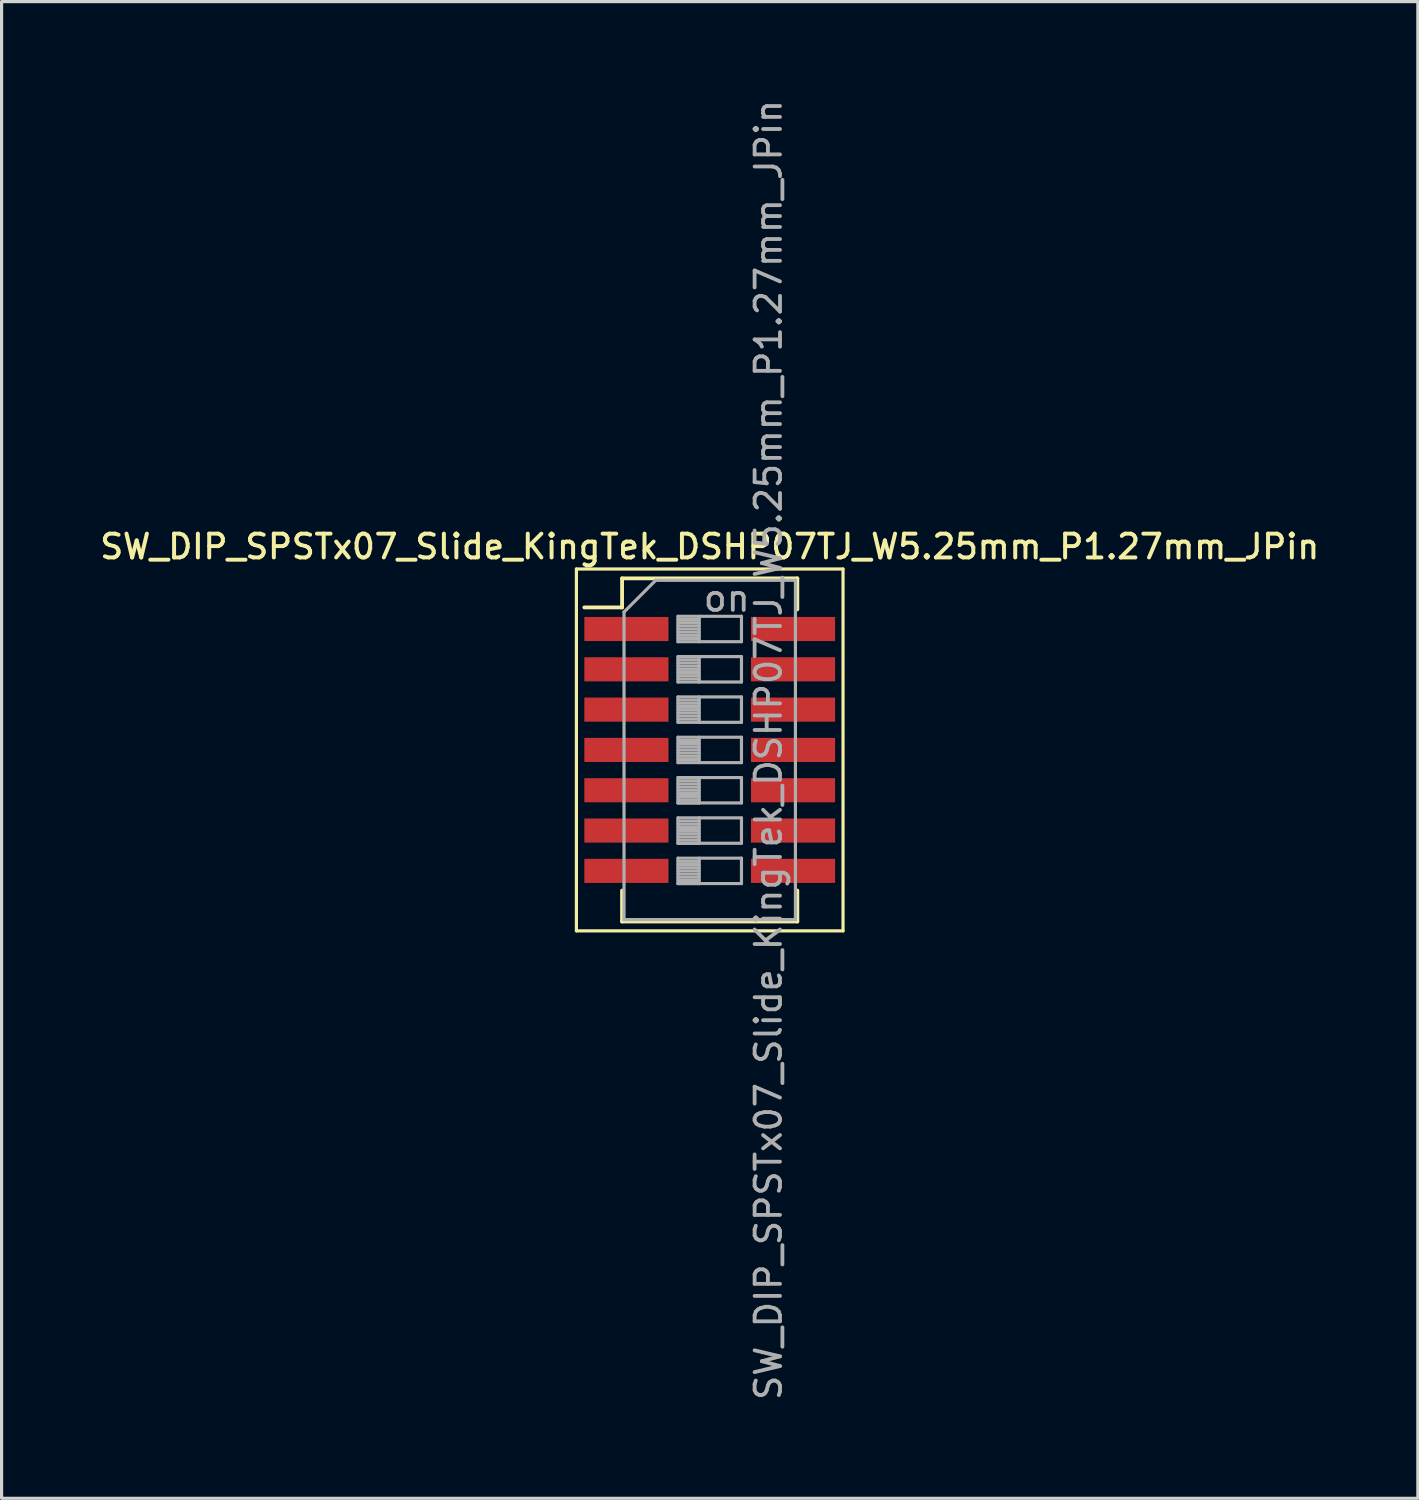
<source format=kicad_pcb>
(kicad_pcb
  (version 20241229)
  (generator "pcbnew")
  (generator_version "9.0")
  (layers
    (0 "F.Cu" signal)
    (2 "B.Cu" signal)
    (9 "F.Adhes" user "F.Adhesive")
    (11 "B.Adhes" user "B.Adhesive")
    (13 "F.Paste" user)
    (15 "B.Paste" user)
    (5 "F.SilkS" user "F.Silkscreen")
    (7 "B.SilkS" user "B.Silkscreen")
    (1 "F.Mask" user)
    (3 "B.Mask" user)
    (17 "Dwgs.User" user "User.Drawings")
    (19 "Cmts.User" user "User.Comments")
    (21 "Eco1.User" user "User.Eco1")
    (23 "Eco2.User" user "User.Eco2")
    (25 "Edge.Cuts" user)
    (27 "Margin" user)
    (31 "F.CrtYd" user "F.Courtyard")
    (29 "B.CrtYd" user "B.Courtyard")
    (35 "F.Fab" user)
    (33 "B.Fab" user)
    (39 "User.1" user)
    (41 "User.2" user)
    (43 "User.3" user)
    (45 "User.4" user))
  (footprint "SW_DIP_SPSTx07_Slide_KingTek_DSHP07TJ_W5.25mm_P1.27mm_JPin"
    (layer "F.Cu")
    (at 19.309 20.576)
    (property "Reference" "SW_DIP_SPSTx07_Slide_KingTek_DSHP07TJ_W5.25mm_P1.27mm_JPin" (at 0 -6.405 0) (layer "F.SilkS") (effects (font (size 0.75 0.75) (thickness 0.125))))
    (attr smd)
    (fp_line (start -4.2 -5.7) (end -4.2 5.7) (stroke (width 0.1) (type solid)) (layer "F.SilkS"))
    (fp_line (start -4.2 5.7) (end 4.2 5.7) (stroke (width 0.1) (type solid)) (layer "F.SilkS"))
    (fp_line (start -3.951 -4.49) (end -2.761 -4.49) (stroke (width 0.12) (type solid)) (layer "F.SilkS"))
    (fp_line (start -2.761 -5.405) (end -2.761 -4.49) (stroke (width 0.12) (type solid)) (layer "F.SilkS"))
    (fp_line (start -2.761 -5.405) (end 2.76 -5.405) (stroke (width 0.12) (type solid)) (layer "F.SilkS"))
    (fp_line (start -2.761 4.43) (end -2.761 5.405) (stroke (width 0.12) (type solid)) (layer "F.SilkS"))
    (fp_line (start -2.761 5.405) (end 2.76 5.405) (stroke (width 0.12) (type solid)) (layer "F.SilkS"))
    (fp_line (start 2.76 -5.405) (end 2.76 -4.43) (stroke (width 0.12) (type solid)) (layer "F.SilkS"))
    (fp_line (start 2.76 4.43) (end 2.76 5.405) (stroke (width 0.12) (type solid)) (layer "F.SilkS"))
    (fp_line (start 4.2 -5.7) (end -4.2 -5.7) (stroke (width 0.1) (type solid)) (layer "F.SilkS"))
    (fp_line (start 4.2 5.7) (end 4.2 -5.7) (stroke (width 0.1) (type solid)) (layer "F.SilkS"))
    (fp_line (start -2.7 -4.345) (end -1.7 -5.345) (stroke (width 0.1) (type solid)) (layer "F.Fab"))
    (fp_line (start -2.7 5.345) (end -2.7 -4.345) (stroke (width 0.1) (type solid)) (layer "F.Fab"))
    (fp_line (start -1.7 -5.345) (end 2.7 -5.345) (stroke (width 0.1) (type solid)) (layer "F.Fab"))
    (fp_line (start -1 -4.21) (end -1 -3.41) (stroke (width 0.1) (type solid)) (layer "F.Fab"))
    (fp_line (start -1 -4.11) (end -0.333 -4.11) (stroke (width 0.1) (type solid)) (layer "F.Fab"))
    (fp_line (start -1 -4.01) (end -0.333 -4.01) (stroke (width 0.1) (type solid)) (layer "F.Fab"))
    (fp_line (start -1 -3.91) (end -0.333 -3.91) (stroke (width 0.1) (type solid)) (layer "F.Fab"))
    (fp_line (start -1 -3.81) (end -0.333 -3.81) (stroke (width 0.1) (type solid)) (layer "F.Fab"))
    (fp_line (start -1 -3.71) (end -0.333 -3.71) (stroke (width 0.1) (type solid)) (layer "F.Fab"))
    (fp_line (start -1 -3.61) (end -0.333 -3.61) (stroke (width 0.1) (type solid)) (layer "F.Fab"))
    (fp_line (start -1 -3.51) (end -0.333 -3.51) (stroke (width 0.1) (type solid)) (layer "F.Fab"))
    (fp_line (start -1 -3.41) (end 1 -3.41) (stroke (width 0.1) (type solid)) (layer "F.Fab"))
    (fp_line (start -1 -2.94) (end -1 -2.14) (stroke (width 0.1) (type solid)) (layer "F.Fab"))
    (fp_line (start -1 -2.84) (end -0.333 -2.84) (stroke (width 0.1) (type solid)) (layer "F.Fab"))
    (fp_line (start -1 -2.74) (end -0.333 -2.74) (stroke (width 0.1) (type solid)) (layer "F.Fab"))
    (fp_line (start -1 -2.64) (end -0.333 -2.64) (stroke (width 0.1) (type solid)) (layer "F.Fab"))
    (fp_line (start -1 -2.54) (end -0.333 -2.54) (stroke (width 0.1) (type solid)) (layer "F.Fab"))
    (fp_line (start -1 -2.44) (end -0.333 -2.44) (stroke (width 0.1) (type solid)) (layer "F.Fab"))
    (fp_line (start -1 -2.34) (end -0.333 -2.34) (stroke (width 0.1) (type solid)) (layer "F.Fab"))
    (fp_line (start -1 -2.24) (end -0.333 -2.24) (stroke (width 0.1) (type solid)) (layer "F.Fab"))
    (fp_line (start -1 -2.14) (end 1 -2.14) (stroke (width 0.1) (type solid)) (layer "F.Fab"))
    (fp_line (start -1 -1.67) (end -1 -0.87) (stroke (width 0.1) (type solid)) (layer "F.Fab"))
    (fp_line (start -1 -1.57) (end -0.333 -1.57) (stroke (width 0.1) (type solid)) (layer "F.Fab"))
    (fp_line (start -1 -1.47) (end -0.333 -1.47) (stroke (width 0.1) (type solid)) (layer "F.Fab"))
    (fp_line (start -1 -1.37) (end -0.333 -1.37) (stroke (width 0.1) (type solid)) (layer "F.Fab"))
    (fp_line (start -1 -1.27) (end -0.333 -1.27) (stroke (width 0.1) (type solid)) (layer "F.Fab"))
    (fp_line (start -1 -1.17) (end -0.333 -1.17) (stroke (width 0.1) (type solid)) (layer "F.Fab"))
    (fp_line (start -1 -1.07) (end -0.333 -1.07) (stroke (width 0.1) (type solid)) (layer "F.Fab"))
    (fp_line (start -1 -0.97) (end -0.333 -0.97) (stroke (width 0.1) (type solid)) (layer "F.Fab"))
    (fp_line (start -1 -0.87) (end 1 -0.87) (stroke (width 0.1) (type solid)) (layer "F.Fab"))
    (fp_line (start -1 -0.4) (end -1 0.4) (stroke (width 0.1) (type solid)) (layer "F.Fab"))
    (fp_line (start -1 -0.3) (end -0.333 -0.3) (stroke (width 0.1) (type solid)) (layer "F.Fab"))
    (fp_line (start -1 -0.2) (end -0.333 -0.2) (stroke (width 0.1) (type solid)) (layer "F.Fab"))
    (fp_line (start -1 -0.1) (end -0.333 -0.1) (stroke (width 0.1) (type solid)) (layer "F.Fab"))
    (fp_line (start -1 0) (end -0.333 0) (stroke (width 0.1) (type solid)) (layer "F.Fab"))
    (fp_line (start -1 0.1) (end -0.333 0.1) (stroke (width 0.1) (type solid)) (layer "F.Fab"))
    (fp_line (start -1 0.2) (end -0.333 0.2) (stroke (width 0.1) (type solid)) (layer "F.Fab"))
    (fp_line (start -1 0.3) (end -0.333 0.3) (stroke (width 0.1) (type solid)) (layer "F.Fab"))
    (fp_line (start -1 0.4) (end 1 0.4) (stroke (width 0.1) (type solid)) (layer "F.Fab"))
    (fp_line (start -1 0.87) (end -1 1.67) (stroke (width 0.1) (type solid)) (layer "F.Fab"))
    (fp_line (start -1 0.97) (end -0.333 0.97) (stroke (width 0.1) (type solid)) (layer "F.Fab"))
    (fp_line (start -1 1.07) (end -0.333 1.07) (stroke (width 0.1) (type solid)) (layer "F.Fab"))
    (fp_line (start -1 1.17) (end -0.333 1.17) (stroke (width 0.1) (type solid)) (layer "F.Fab"))
    (fp_line (start -1 1.27) (end -0.333 1.27) (stroke (width 0.1) (type solid)) (layer "F.Fab"))
    (fp_line (start -1 1.37) (end -0.333 1.37) (stroke (width 0.1) (type solid)) (layer "F.Fab"))
    (fp_line (start -1 1.47) (end -0.333 1.47) (stroke (width 0.1) (type solid)) (layer "F.Fab"))
    (fp_line (start -1 1.57) (end -0.333 1.57) (stroke (width 0.1) (type solid)) (layer "F.Fab"))
    (fp_line (start -1 1.67) (end -0.333 1.67) (stroke (width 0.1) (type solid)) (layer "F.Fab"))
    (fp_line (start -1 1.67) (end 1 1.67) (stroke (width 0.1) (type solid)) (layer "F.Fab"))
    (fp_line (start -1 2.14) (end -1 2.94) (stroke (width 0.1) (type solid)) (layer "F.Fab"))
    (fp_line (start -1 2.24) (end -0.333 2.24) (stroke (width 0.1) (type solid)) (layer "F.Fab"))
    (fp_line (start -1 2.34) (end -0.333 2.34) (stroke (width 0.1) (type solid)) (layer "F.Fab"))
    (fp_line (start -1 2.44) (end -0.333 2.44) (stroke (width 0.1) (type solid)) (layer "F.Fab"))
    (fp_line (start -1 2.54) (end -0.333 2.54) (stroke (width 0.1) (type solid)) (layer "F.Fab"))
    (fp_line (start -1 2.64) (end -0.333 2.64) (stroke (width 0.1) (type solid)) (layer "F.Fab"))
    (fp_line (start -1 2.74) (end -0.333 2.74) (stroke (width 0.1) (type solid)) (layer "F.Fab"))
    (fp_line (start -1 2.84) (end -0.333 2.84) (stroke (width 0.1) (type solid)) (layer "F.Fab"))
    (fp_line (start -1 2.94) (end -0.333 2.94) (stroke (width 0.1) (type solid)) (layer "F.Fab"))
    (fp_line (start -1 2.94) (end 1 2.94) (stroke (width 0.1) (type solid)) (layer "F.Fab"))
    (fp_line (start -1 3.41) (end -1 4.21) (stroke (width 0.1) (type solid)) (layer "F.Fab"))
    (fp_line (start -1 3.51) (end -0.333 3.51) (stroke (width 0.1) (type solid)) (layer "F.Fab"))
    (fp_line (start -1 3.61) (end -0.333 3.61) (stroke (width 0.1) (type solid)) (layer "F.Fab"))
    (fp_line (start -1 3.71) (end -0.333 3.71) (stroke (width 0.1) (type solid)) (layer "F.Fab"))
    (fp_line (start -1 3.81) (end -0.333 3.81) (stroke (width 0.1) (type solid)) (layer "F.Fab"))
    (fp_line (start -1 3.91) (end -0.333 3.91) (stroke (width 0.1) (type solid)) (layer "F.Fab"))
    (fp_line (start -1 4.01) (end -0.333 4.01) (stroke (width 0.1) (type solid)) (layer "F.Fab"))
    (fp_line (start -1 4.11) (end -0.333 4.11) (stroke (width 0.1) (type solid)) (layer "F.Fab"))
    (fp_line (start -1 4.21) (end -0.333 4.21) (stroke (width 0.1) (type solid)) (layer "F.Fab"))
    (fp_line (start -1 4.21) (end 1 4.21) (stroke (width 0.1) (type solid)) (layer "F.Fab"))
    (fp_line (start -0.333 -4.21) (end -0.333 -3.41) (stroke (width 0.1) (type solid)) (layer "F.Fab"))
    (fp_line (start -0.333 -2.94) (end -0.333 -2.14) (stroke (width 0.1) (type solid)) (layer "F.Fab"))
    (fp_line (start -0.333 -1.67) (end -0.333 -0.87) (stroke (width 0.1) (type solid)) (layer "F.Fab"))
    (fp_line (start -0.333 -0.4) (end -0.333 0.4) (stroke (width 0.1) (type solid)) (layer "F.Fab"))
    (fp_line (start -0.333 0.87) (end -0.333 1.67) (stroke (width 0.1) (type solid)) (layer "F.Fab"))
    (fp_line (start -0.333 2.14) (end -0.333 2.94) (stroke (width 0.1) (type solid)) (layer "F.Fab"))
    (fp_line (start -0.333 3.41) (end -0.333 4.21) (stroke (width 0.1) (type solid)) (layer "F.Fab"))
    (fp_line (start 1 -4.21) (end -1 -4.21) (stroke (width 0.1) (type solid)) (layer "F.Fab"))
    (fp_line (start 1 -3.41) (end 1 -4.21) (stroke (width 0.1) (type solid)) (layer "F.Fab"))
    (fp_line (start 1 -2.94) (end -1 -2.94) (stroke (width 0.1) (type solid)) (layer "F.Fab"))
    (fp_line (start 1 -2.14) (end 1 -2.94) (stroke (width 0.1) (type solid)) (layer "F.Fab"))
    (fp_line (start 1 -1.67) (end -1 -1.67) (stroke (width 0.1) (type solid)) (layer "F.Fab"))
    (fp_line (start 1 -0.87) (end 1 -1.67) (stroke (width 0.1) (type solid)) (layer "F.Fab"))
    (fp_line (start 1 -0.4) (end -1 -0.4) (stroke (width 0.1) (type solid)) (layer "F.Fab"))
    (fp_line (start 1 0.4) (end 1 -0.4) (stroke (width 0.1) (type solid)) (layer "F.Fab"))
    (fp_line (start 1 0.87) (end -1 0.87) (stroke (width 0.1) (type solid)) (layer "F.Fab"))
    (fp_line (start 1 1.67) (end 1 0.87) (stroke (width 0.1) (type solid)) (layer "F.Fab"))
    (fp_line (start 1 2.14) (end -1 2.14) (stroke (width 0.1) (type solid)) (layer "F.Fab"))
    (fp_line (start 1 2.94) (end 1 2.14) (stroke (width 0.1) (type solid)) (layer "F.Fab"))
    (fp_line (start 1 3.41) (end -1 3.41) (stroke (width 0.1) (type solid)) (layer "F.Fab"))
    (fp_line (start 1 4.21) (end 1 3.41) (stroke (width 0.1) (type solid)) (layer "F.Fab"))
    (fp_line (start 2.7 -5.345) (end 2.7 5.345) (stroke (width 0.1) (type solid)) (layer "F.Fab"))
    (fp_line (start 2.7 5.345) (end -2.7 5.345) (stroke (width 0.1) (type solid)) (layer "F.Fab"))
    (fp_text user "on" (at 0.537 -4.777 0) (layer "F.Fab") (effects (font (size 0.8 0.8) (thickness 0.12))))
    (fp_text user "${REFERENCE}" (at 1.85 0 90) (layer "F.Fab") (effects (font (size 0.8 0.8) (thickness 0.12))))
    (pad "1" smd rect (at -2.625 -3.81) (size 2.65 0.76) (layers "F.Cu" "F.Mask" "F.Paste"))
    (pad "2" smd rect (at -2.625 -2.54) (size 2.65 0.76) (layers "F.Cu" "F.Mask" "F.Paste"))
    (pad "3" smd rect (at -2.625 -1.27) (size 2.65 0.76) (layers "F.Cu" "F.Mask" "F.Paste"))
    (pad "4" smd rect (at -2.625 0) (size 2.65 0.76) (layers "F.Cu" "F.Mask" "F.Paste"))
    (pad "5" smd rect (at -2.625 1.27) (size 2.65 0.76) (layers "F.Cu" "F.Mask" "F.Paste"))
    (pad "6" smd rect (at -2.625 2.54) (size 2.65 0.76) (layers "F.Cu" "F.Mask" "F.Paste"))
    (pad "7" smd rect (at -2.625 3.81) (size 2.65 0.76) (layers "F.Cu" "F.Mask" "F.Paste"))
    (pad "8" smd rect (at 2.625 3.81) (size 2.65 0.76) (layers "F.Cu" "F.Mask" "F.Paste"))
    (pad "9" smd rect (at 2.625 2.54) (size 2.65 0.76) (layers "F.Cu" "F.Mask" "F.Paste"))
    (pad "10" smd rect (at 2.625 1.27) (size 2.65 0.76) (layers "F.Cu" "F.Mask" "F.Paste"))
    (pad "11" smd rect (at 2.625 0) (size 2.65 0.76) (layers "F.Cu" "F.Mask" "F.Paste"))
    (pad "12" smd rect (at 2.625 -1.27) (size 2.65 0.76) (layers "F.Cu" "F.Mask" "F.Paste"))
    (pad "13" smd rect (at 2.625 -2.54) (size 2.65 0.76) (layers "F.Cu" "F.Mask" "F.Paste"))
    (pad "14" smd rect (at 2.625 -3.81) (size 2.65 0.76) (layers "F.Cu" "F.Mask" "F.Paste")))
  (gr_rect
    (start -3 -3)
    (end 41.618 44.152)
    (stroke (width 0.1) (type default))
    (fill no)
    (layer "Edge.Cuts")))
</source>
